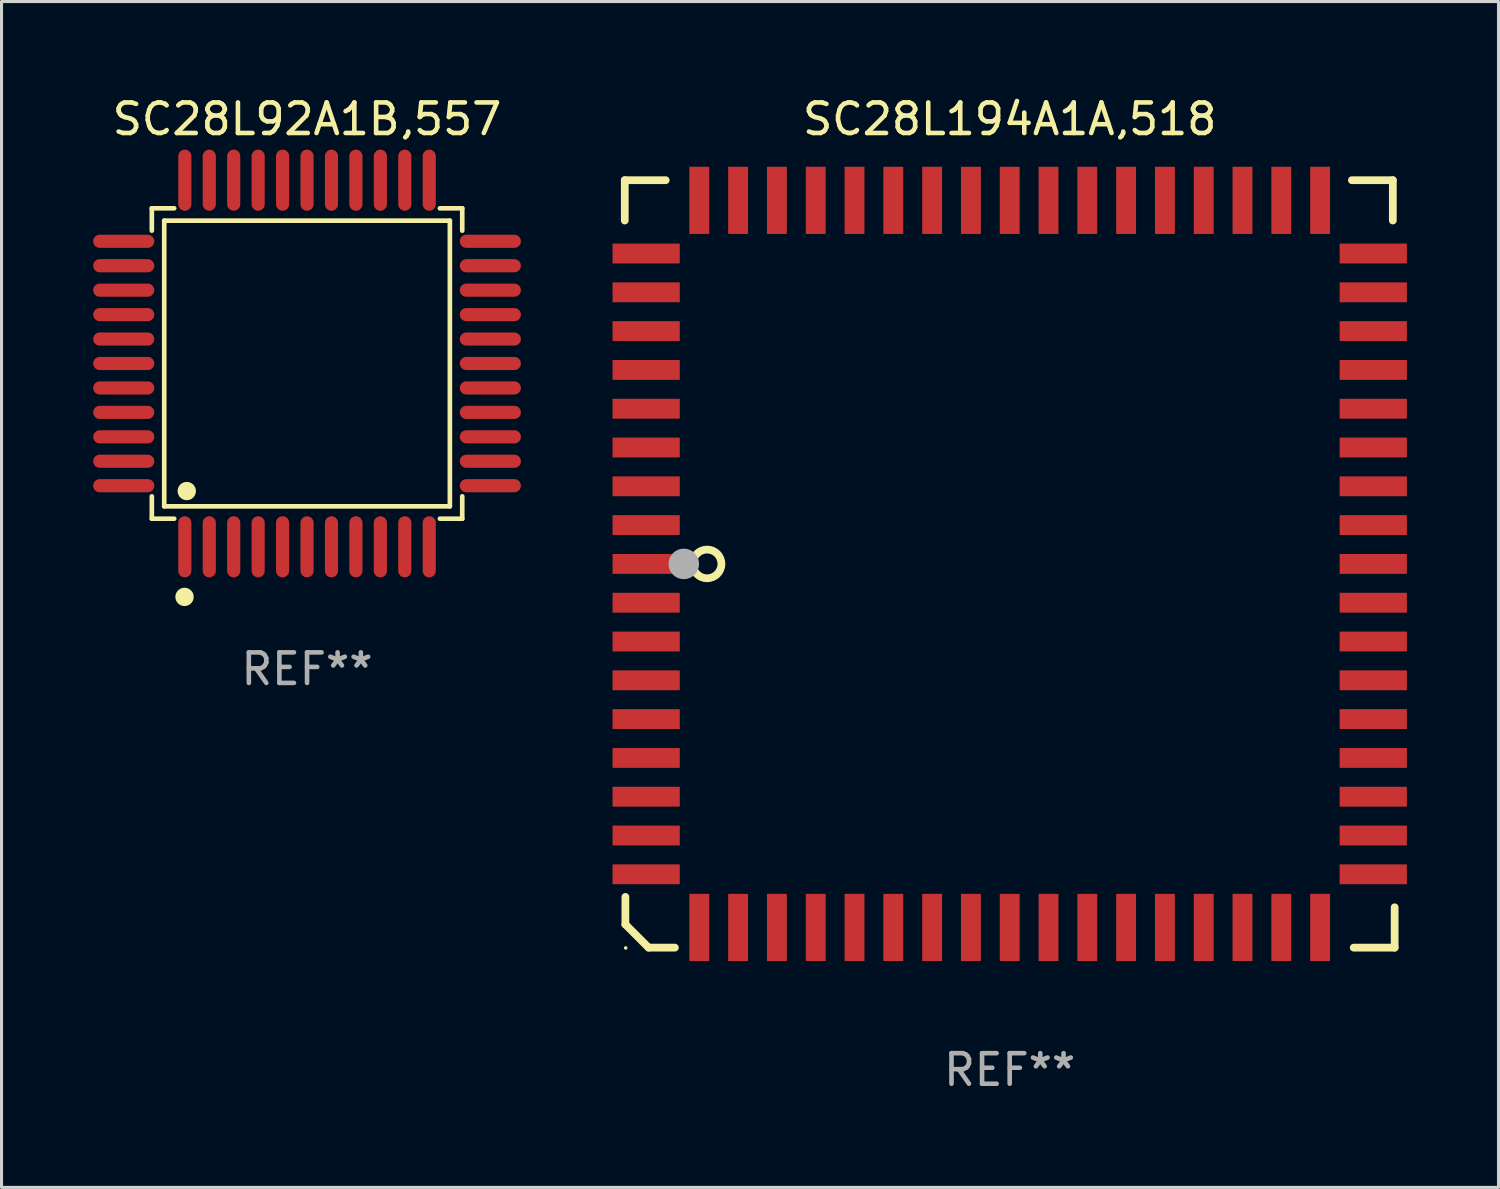
<source format=kicad_pcb>
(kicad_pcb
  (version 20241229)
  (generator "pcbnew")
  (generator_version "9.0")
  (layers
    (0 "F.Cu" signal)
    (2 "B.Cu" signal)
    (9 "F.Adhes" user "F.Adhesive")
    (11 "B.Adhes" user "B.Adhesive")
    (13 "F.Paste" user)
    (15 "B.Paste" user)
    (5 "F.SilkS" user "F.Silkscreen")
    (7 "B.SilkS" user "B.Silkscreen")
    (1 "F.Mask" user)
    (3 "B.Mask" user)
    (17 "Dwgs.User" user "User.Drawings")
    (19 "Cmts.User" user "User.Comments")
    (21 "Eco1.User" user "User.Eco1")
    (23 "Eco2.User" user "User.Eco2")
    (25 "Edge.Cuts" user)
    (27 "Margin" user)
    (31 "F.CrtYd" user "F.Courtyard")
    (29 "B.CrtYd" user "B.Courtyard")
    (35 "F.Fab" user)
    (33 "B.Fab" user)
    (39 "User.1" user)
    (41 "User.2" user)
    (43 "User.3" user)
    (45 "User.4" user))
  (footprint "SC28L92A1B,557"
    (layer "F.Cu")
    (at 7 8.848)
    (property "Reference" "SC28L92A1B,557" (at 0 -8 0) (layer "F.SilkS") (effects (font (size 1 1) (thickness 0.15))))
    (attr through_hole)
    (fp_line (start -5.08 -5.08) (end -4.348 -5.08) (stroke (width 0.152) (type solid)) (layer "F.SilkS"))
    (fp_line (start -5.08 -4.348) (end -5.08 -5.08) (stroke (width 0.152) (type solid)) (layer "F.SilkS"))
    (fp_line (start -5.08 4.348) (end -5.08 5.08) (stroke (width 0.152) (type solid)) (layer "F.SilkS"))
    (fp_line (start -5.08 5.08) (end -4.348 5.08) (stroke (width 0.152) (type solid)) (layer "F.SilkS"))
    (fp_line (start -4.675 -4.675) (end 4.675 -4.675) (stroke (width 0.152) (type solid)) (layer "F.SilkS"))
    (fp_line (start -4.675 4.675) (end -4.675 -4.675) (stroke (width 0.152) (type solid)) (layer "F.SilkS"))
    (fp_line (start 4.675 -4.675) (end 4.675 4.675) (stroke (width 0.152) (type solid)) (layer "F.SilkS"))
    (fp_line (start 4.675 4.675) (end -4.675 4.675) (stroke (width 0.152) (type solid)) (layer "F.SilkS"))
    (fp_line (start 5.08 -5.08) (end 4.348 -5.08) (stroke (width 0.152) (type solid)) (layer "F.SilkS"))
    (fp_line (start 5.08 -4.348) (end 5.08 -5.08) (stroke (width 0.152) (type solid)) (layer "F.SilkS"))
    (fp_line (start 5.08 4.348) (end 5.08 5.08) (stroke (width 0.152) (type solid)) (layer "F.SilkS"))
    (fp_line (start 5.08 5.08) (end 4.348 5.08) (stroke (width 0.152) (type solid)) (layer "F.SilkS"))
    (fp_circle (center -4.01 7.64) (end -3.86 7.64) (stroke (width 0.3) (type solid)) (fill no) (layer "F.SilkS"))
    (fp_circle (center -3.937 4.175) (end -3.787 4.175) (stroke (width 0.3) (type solid)) (fill no) (layer "F.SilkS"))
    (fp_text user "REF**" (at 0 10 0) (layer "F.Fab") (effects (font (size 1 1) (thickness 0.15))))
    (pad "1" smd oval (at -4 6) (size 0.43 2) (layers "F.Cu" "F.Mask" "F.Paste"))
    (pad "2" smd oval (at -3.2 6) (size 0.43 2) (layers "F.Cu" "F.Mask" "F.Paste"))
    (pad "3" smd oval (at -2.4 6) (size 0.43 2) (layers "F.Cu" "F.Mask" "F.Paste"))
    (pad "4" smd oval (at -1.6 6) (size 0.43 2) (layers "F.Cu" "F.Mask" "F.Paste"))
    (pad "5" smd oval (at -0.8 6) (size 0.43 2) (layers "F.Cu" "F.Mask" "F.Paste"))
    (pad "6" smd oval (at 0 6) (size 0.43 2) (layers "F.Cu" "F.Mask" "F.Paste"))
    (pad "7" smd oval (at 0.8 6) (size 0.43 2) (layers "F.Cu" "F.Mask" "F.Paste"))
    (pad "8" smd oval (at 1.6 6) (size 0.43 2) (layers "F.Cu" "F.Mask" "F.Paste"))
    (pad "9" smd oval (at 2.4 6) (size 0.43 2) (layers "F.Cu" "F.Mask" "F.Paste"))
    (pad "10" smd oval (at 3.2 6) (size 0.43 2) (layers "F.Cu" "F.Mask" "F.Paste"))
    (pad "11" smd oval (at 4 6) (size 0.43 2) (layers "F.Cu" "F.Mask" "F.Paste"))
    (pad "12" smd oval (at 6 4) (size 2 0.43) (layers "F.Cu" "F.Mask" "F.Paste"))
    (pad "13" smd oval (at 6 3.2) (size 2 0.43) (layers "F.Cu" "F.Mask" "F.Paste"))
    (pad "14" smd oval (at 6 2.4) (size 2 0.43) (layers "F.Cu" "F.Mask" "F.Paste"))
    (pad "15" smd oval (at 6 1.6) (size 2 0.43) (layers "F.Cu" "F.Mask" "F.Paste"))
    (pad "16" smd oval (at 6 0.8) (size 2 0.43) (layers "F.Cu" "F.Mask" "F.Paste"))
    (pad "17" smd oval (at 6 0) (size 2 0.43) (layers "F.Cu" "F.Mask" "F.Paste"))
    (pad "18" smd oval (at 6 -0.8) (size 2 0.43) (layers "F.Cu" "F.Mask" "F.Paste"))
    (pad "19" smd oval (at 6 -1.6) (size 2 0.43) (layers "F.Cu" "F.Mask" "F.Paste"))
    (pad "20" smd oval (at 6 -2.4) (size 2 0.43) (layers "F.Cu" "F.Mask" "F.Paste"))
    (pad "21" smd oval (at 6 -3.2) (size 2 0.43) (layers "F.Cu" "F.Mask" "F.Paste"))
    (pad "22" smd oval (at 6 -4) (size 2 0.43) (layers "F.Cu" "F.Mask" "F.Paste"))
    (pad "23" smd oval (at 4 -6) (size 0.43 2) (layers "F.Cu" "F.Mask" "F.Paste"))
    (pad "24" smd oval (at 3.2 -6) (size 0.43 2) (layers "F.Cu" "F.Mask" "F.Paste"))
    (pad "25" smd oval (at 2.4 -6) (size 0.43 2) (layers "F.Cu" "F.Mask" "F.Paste"))
    (pad "26" smd oval (at 1.6 -6) (size 0.43 2) (layers "F.Cu" "F.Mask" "F.Paste"))
    (pad "27" smd oval (at 0.8 -6) (size 0.43 2) (layers "F.Cu" "F.Mask" "F.Paste"))
    (pad "28" smd oval (at 0 -6) (size 0.43 2) (layers "F.Cu" "F.Mask" "F.Paste"))
    (pad "29" smd oval (at -0.8 -6) (size 0.43 2) (layers "F.Cu" "F.Mask" "F.Paste"))
    (pad "30" smd oval (at -1.6 -6) (size 0.43 2) (layers "F.Cu" "F.Mask" "F.Paste"))
    (pad "31" smd oval (at -2.4 -6) (size 0.43 2) (layers "F.Cu" "F.Mask" "F.Paste"))
    (pad "32" smd oval (at -3.2 -6) (size 0.43 2) (layers "F.Cu" "F.Mask" "F.Paste"))
    (pad "33" smd oval (at -4 -6) (size 0.43 2) (layers "F.Cu" "F.Mask" "F.Paste"))
    (pad "34" smd oval (at -6 -4) (size 2 0.43) (layers "F.Cu" "F.Mask" "F.Paste"))
    (pad "35" smd oval (at -6 -3.2) (size 2 0.43) (layers "F.Cu" "F.Mask" "F.Paste"))
    (pad "36" smd oval (at -6 -2.4) (size 2 0.43) (layers "F.Cu" "F.Mask" "F.Paste"))
    (pad "37" smd oval (at -6 -1.6) (size 2 0.43) (layers "F.Cu" "F.Mask" "F.Paste"))
    (pad "38" smd oval (at -6 -0.8) (size 2 0.43) (layers "F.Cu" "F.Mask" "F.Paste"))
    (pad "39" smd oval (at -6 0) (size 2 0.43) (layers "F.Cu" "F.Mask" "F.Paste"))
    (pad "40" smd oval (at -6 0.8) (size 2 0.43) (layers "F.Cu" "F.Mask" "F.Paste"))
    (pad "41" smd oval (at -6 1.6) (size 2 0.43) (layers "F.Cu" "F.Mask" "F.Paste"))
    (pad "42" smd oval (at -6 2.4) (size 2 0.43) (layers "F.Cu" "F.Mask" "F.Paste"))
    (pad "43" smd oval (at -6 3.2) (size 2 0.43) (layers "F.Cu" "F.Mask" "F.Paste"))
    (pad "44" smd oval (at -6 4) (size 2 0.43) (layers "F.Cu" "F.Mask" "F.Paste")))
  (footprint "SC28L194A1A,518"
    (layer "F.Cu")
    (at 30 15.408)
    (property "Reference" "SC28L194A1A,518" (at 0 -14.56 0) (layer "F.SilkS") (effects (font (size 1 1) (thickness 0.15))))
    (attr through_hole)
    (fp_line (start -12.6 -12.56) (end -12.6 -11.24) (stroke (width 0.254) (type solid)) (layer "F.SilkS"))
    (fp_line (start -12.58 10.9) (end -12.58 11.8) (stroke (width 0.254) (type solid)) (layer "F.SilkS"))
    (fp_line (start -12.58 11.8) (end -11.82 12.56) (stroke (width 0.254) (type solid)) (layer "F.SilkS"))
    (fp_line (start -11.82 12.56) (end -10.96 12.56) (stroke (width 0.254) (type solid)) (layer "F.SilkS"))
    (fp_line (start -11.26 -12.56) (end -12.6 -12.56) (stroke (width 0.254) (type solid)) (layer "F.SilkS"))
    (fp_line (start 11.2 -12.56) (end 12.54 -12.56) (stroke (width 0.254) (type solid)) (layer "F.SilkS"))
    (fp_line (start 11.26 12.56) (end 12.6 12.56) (stroke (width 0.254) (type solid)) (layer "F.SilkS"))
    (fp_line (start 12.54 -12.56) (end 12.54 -11.24) (stroke (width 0.254) (type solid)) (layer "F.SilkS"))
    (fp_line (start 12.6 12.56) (end 12.6 11.24) (stroke (width 0.254) (type solid)) (layer "F.SilkS"))
    (fp_circle (center -12.57 12.57) (end -12.54 12.57) (stroke (width 0.06) (type solid)) (fill no) (layer "F.SilkS"))
    (fp_circle (center -9.906 0) (end -9.436 0) (stroke (width 0.254) (type solid)) (fill no) (layer "F.SilkS"))
    (fp_circle (center -10.668 0) (end -10.418 0) (stroke (width 0.5) (type solid)) (fill no) (layer "F.Fab"))
    (fp_text user "REF**" (at 0 16.56 0) (layer "F.Fab") (effects (font (size 1 1) (thickness 0.15))))
    (pad "1" smd rect (at -11.9 -0.000076 270) (size 0.65 2.2) (layers "F.Cu" "F.Mask" "F.Paste"))
    (pad "2" smd rect (at -11.9 1.27 270) (size 0.65 2.2) (layers "F.Cu" "F.Mask" "F.Paste"))
    (pad "3" smd rect (at -11.9 2.54 270) (size 0.65 2.2) (layers "F.Cu" "F.Mask" "F.Paste"))
    (pad "4" smd rect (at -11.9 3.81 270) (size 0.65 2.2) (layers "F.Cu" "F.Mask" "F.Paste"))
    (pad "5" smd rect (at -11.9 5.08 270) (size 0.65 2.2) (layers "F.Cu" "F.Mask" "F.Paste"))
    (pad "6" smd rect (at -11.9 6.35 270) (size 0.65 2.2) (layers "F.Cu" "F.Mask" "F.Paste"))
    (pad "7" smd rect (at -11.9 7.62 270) (size 0.65 2.2) (layers "F.Cu" "F.Mask" "F.Paste"))
    (pad "8" smd rect (at -11.9 8.89 270) (size 0.65 2.2) (layers "F.Cu" "F.Mask" "F.Paste"))
    (pad "9" smd rect (at -11.9 10.16 270) (size 0.65 2.2) (layers "F.Cu" "F.Mask" "F.Paste"))
    (pad "10" smd rect (at -10.16 11.9 270) (size 2.2 0.65) (layers "F.Cu" "F.Mask" "F.Paste"))
    (pad "11" smd rect (at -8.89 11.9 270) (size 2.2 0.65) (layers "F.Cu" "F.Mask" "F.Paste"))
    (pad "12" smd rect (at -7.62 11.9 270) (size 2.2 0.65) (layers "F.Cu" "F.Mask" "F.Paste"))
    (pad "13" smd rect (at -6.35 11.9 270) (size 2.2 0.65) (layers "F.Cu" "F.Mask" "F.Paste"))
    (pad "14" smd rect (at -5.08 11.9 270) (size 2.2 0.65) (layers "F.Cu" "F.Mask" "F.Paste"))
    (pad "15" smd rect (at -3.81 11.9 270) (size 2.2 0.65) (layers "F.Cu" "F.Mask" "F.Paste"))
    (pad "16" smd rect (at -2.54 11.9 270) (size 2.2 0.65) (layers "F.Cu" "F.Mask" "F.Paste"))
    (pad "17" smd rect (at -1.27 11.9 270) (size 2.2 0.65) (layers "F.Cu" "F.Mask" "F.Paste"))
    (pad "18" smd rect (at 0 11.9 270) (size 2.2 0.65) (layers "F.Cu" "F.Mask" "F.Paste"))
    (pad "19" smd rect (at 1.27 11.9 270) (size 2.2 0.65) (layers "F.Cu" "F.Mask" "F.Paste"))
    (pad "20" smd rect (at 2.54 11.9 270) (size 2.2 0.65) (layers "F.Cu" "F.Mask" "F.Paste"))
    (pad "21" smd rect (at 3.81 11.9 270) (size 2.2 0.65) (layers "F.Cu" "F.Mask" "F.Paste"))
    (pad "22" smd rect (at 5.08 11.9 270) (size 2.2 0.65) (layers "F.Cu" "F.Mask" "F.Paste"))
    (pad "23" smd rect (at 6.35 11.9 270) (size 2.2 0.65) (layers "F.Cu" "F.Mask" "F.Paste"))
    (pad "24" smd rect (at 7.62 11.9 270) (size 2.2 0.65) (layers "F.Cu" "F.Mask" "F.Paste"))
    (pad "25" smd rect (at 8.89 11.9 270) (size 2.2 0.65) (layers "F.Cu" "F.Mask" "F.Paste"))
    (pad "26" smd rect (at 10.16 11.9 270) (size 2.2 0.65) (layers "F.Cu" "F.Mask" "F.Paste"))
    (pad "27" smd rect (at 11.9 10.16 270) (size 0.65 2.2) (layers "F.Cu" "F.Mask" "F.Paste"))
    (pad "28" smd rect (at 11.9 8.89 270) (size 0.65 2.2) (layers "F.Cu" "F.Mask" "F.Paste"))
    (pad "29" smd rect (at 11.9 7.62 270) (size 0.65 2.2) (layers "F.Cu" "F.Mask" "F.Paste"))
    (pad "30" smd rect (at 11.9 6.35 270) (size 0.65 2.2) (layers "F.Cu" "F.Mask" "F.Paste"))
    (pad "31" smd rect (at 11.9 5.08 270) (size 0.65 2.2) (layers "F.Cu" "F.Mask" "F.Paste"))
    (pad "32" smd rect (at 11.9 3.81 270) (size 0.65 2.2) (layers "F.Cu" "F.Mask" "F.Paste"))
    (pad "33" smd rect (at 11.9 2.54 270) (size 0.65 2.2) (layers "F.Cu" "F.Mask" "F.Paste"))
    (pad "34" smd rect (at 11.9 1.27 270) (size 0.65 2.2) (layers "F.Cu" "F.Mask" "F.Paste"))
    (pad "35" smd rect (at 11.9 -0.000076 270) (size 0.65 2.2) (layers "F.Cu" "F.Mask" "F.Paste"))
    (pad "36" smd rect (at 11.9 -1.27 270) (size 0.65 2.2) (layers "F.Cu" "F.Mask" "F.Paste"))
    (pad "37" smd rect (at 11.9 -2.54 270) (size 0.65 2.2) (layers "F.Cu" "F.Mask" "F.Paste"))
    (pad "38" smd rect (at 11.9 -3.81 270) (size 0.65 2.2) (layers "F.Cu" "F.Mask" "F.Paste"))
    (pad "39" smd rect (at 11.9 -5.08 270) (size 0.65 2.2) (layers "F.Cu" "F.Mask" "F.Paste"))
    (pad "40" smd rect (at 11.9 -6.35 270) (size 0.65 2.2) (layers "F.Cu" "F.Mask" "F.Paste"))
    (pad "41" smd rect (at 11.9 -7.62 270) (size 0.65 2.2) (layers "F.Cu" "F.Mask" "F.Paste"))
    (pad "42" smd rect (at 11.9 -8.89 270) (size 0.65 2.2) (layers "F.Cu" "F.Mask" "F.Paste"))
    (pad "43" smd rect (at 11.9 -10.16 270) (size 0.65 2.2) (layers "F.Cu" "F.Mask" "F.Paste"))
    (pad "44" smd rect (at 10.16 -11.9 270) (size 2.2 0.65) (layers "F.Cu" "F.Mask" "F.Paste"))
    (pad "45" smd rect (at 8.89 -11.9 270) (size 2.2 0.65) (layers "F.Cu" "F.Mask" "F.Paste"))
    (pad "46" smd rect (at 7.62 -11.9 270) (size 2.2 0.65) (layers "F.Cu" "F.Mask" "F.Paste"))
    (pad "47" smd rect (at 6.35 -11.9 270) (size 2.2 0.65) (layers "F.Cu" "F.Mask" "F.Paste"))
    (pad "48" smd rect (at 5.08 -11.9 270) (size 2.2 0.65) (layers "F.Cu" "F.Mask" "F.Paste"))
    (pad "49" smd rect (at 3.81 -11.9 270) (size 2.2 0.65) (layers "F.Cu" "F.Mask" "F.Paste"))
    (pad "50" smd rect (at 2.54 -11.9 270) (size 2.2 0.65) (layers "F.Cu" "F.Mask" "F.Paste"))
    (pad "51" smd rect (at 1.27 -11.9 270) (size 2.2 0.65) (layers "F.Cu" "F.Mask" "F.Paste"))
    (pad "52" smd rect (at 0 -11.9 270) (size 2.2 0.65) (layers "F.Cu" "F.Mask" "F.Paste"))
    (pad "53" smd rect (at -1.27 -11.9 270) (size 2.2 0.65) (layers "F.Cu" "F.Mask" "F.Paste"))
    (pad "54" smd rect (at -2.54 -11.9 270) (size 2.2 0.65) (layers "F.Cu" "F.Mask" "F.Paste"))
    (pad "55" smd rect (at -3.81 -11.9 270) (size 2.2 0.65) (layers "F.Cu" "F.Mask" "F.Paste"))
    (pad "56" smd rect (at -5.08 -11.9 270) (size 2.2 0.65) (layers "F.Cu" "F.Mask" "F.Paste"))
    (pad "57" smd rect (at -6.35 -11.9 270) (size 2.2 0.65) (layers "F.Cu" "F.Mask" "F.Paste"))
    (pad "58" smd rect (at -7.62 -11.9 270) (size 2.2 0.65) (layers "F.Cu" "F.Mask" "F.Paste"))
    (pad "59" smd rect (at -8.89 -11.9 270) (size 2.2 0.65) (layers "F.Cu" "F.Mask" "F.Paste"))
    (pad "60" smd rect (at -10.16 -11.9 270) (size 2.2 0.65) (layers "F.Cu" "F.Mask" "F.Paste"))
    (pad "61" smd rect (at -11.9 -10.16 270) (size 0.65 2.2) (layers "F.Cu" "F.Mask" "F.Paste"))
    (pad "62" smd rect (at -11.9 -8.89 270) (size 0.65 2.2) (layers "F.Cu" "F.Mask" "F.Paste"))
    (pad "63" smd rect (at -11.9 -7.62 270) (size 0.65 2.2) (layers "F.Cu" "F.Mask" "F.Paste"))
    (pad "64" smd rect (at -11.9 -6.35 270) (size 0.65 2.2) (layers "F.Cu" "F.Mask" "F.Paste"))
    (pad "65" smd rect (at -11.9 -5.08 270) (size 0.65 2.2) (layers "F.Cu" "F.Mask" "F.Paste"))
    (pad "66" smd rect (at -11.9 -3.81 270) (size 0.65 2.2) (layers "F.Cu" "F.Mask" "F.Paste"))
    (pad "67" smd rect (at -11.9 -2.54 270) (size 0.65 2.2) (layers "F.Cu" "F.Mask" "F.Paste"))
    (pad "68" smd rect (at -11.9 -1.27 270) (size 0.65 2.2) (layers "F.Cu" "F.Mask" "F.Paste")))
  (gr_rect
    (start -3 -3)
    (end 45.999 35.816)
    (stroke (width 0.1) (type default))
    (fill no)
    (layer "Edge.Cuts")))
</source>
